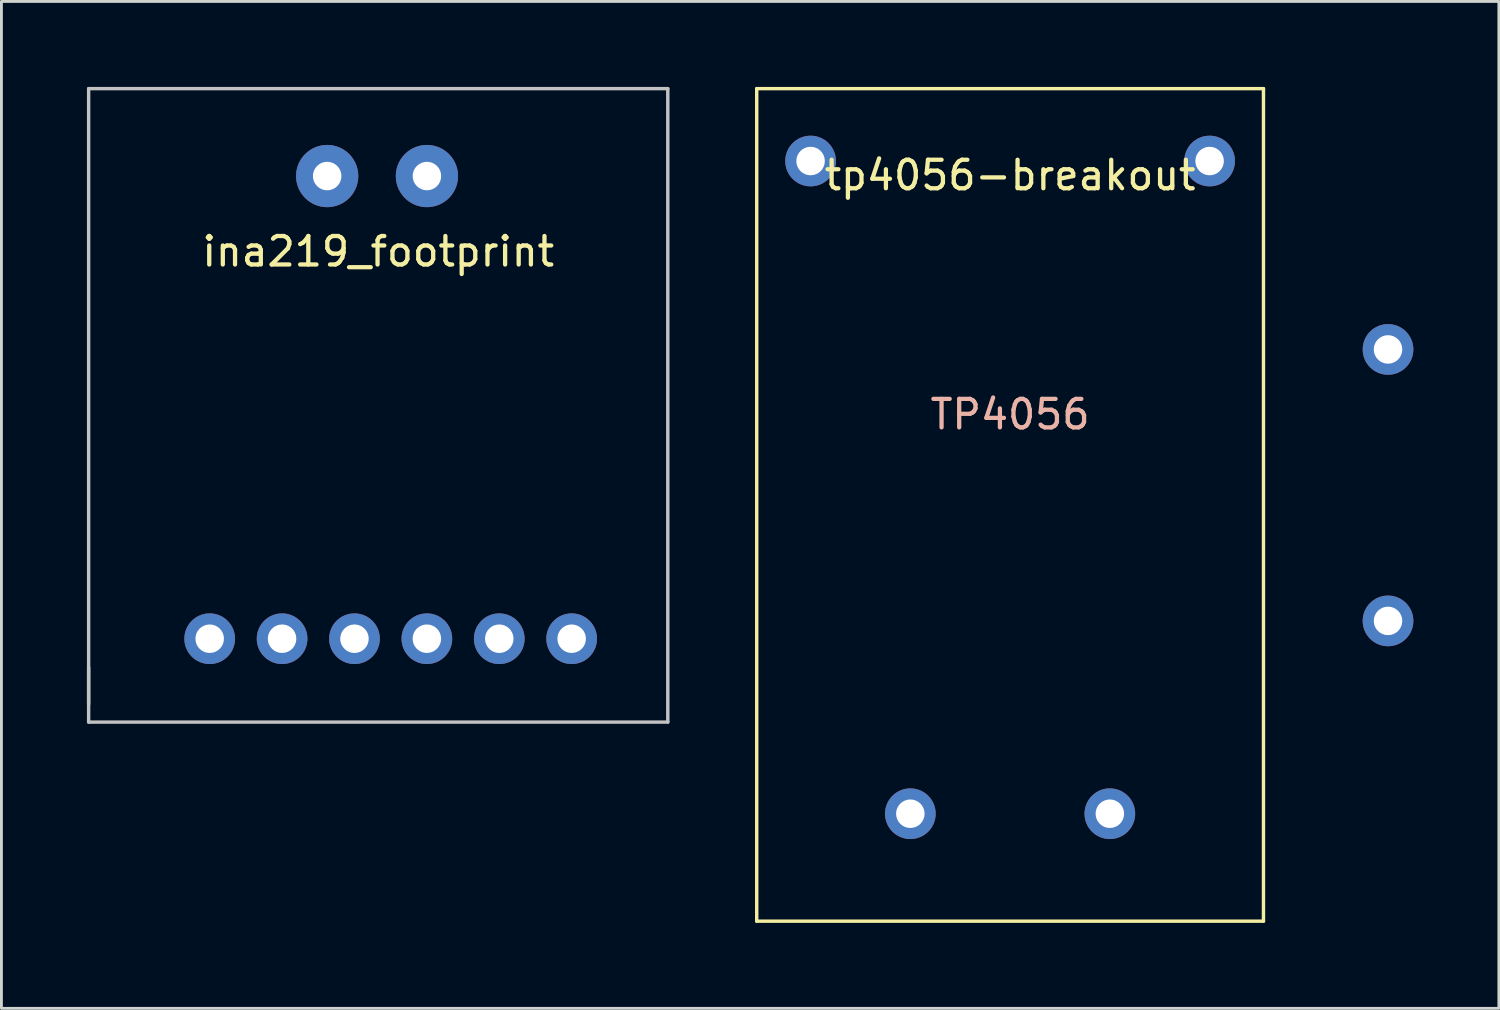
<source format=kicad_pcb>
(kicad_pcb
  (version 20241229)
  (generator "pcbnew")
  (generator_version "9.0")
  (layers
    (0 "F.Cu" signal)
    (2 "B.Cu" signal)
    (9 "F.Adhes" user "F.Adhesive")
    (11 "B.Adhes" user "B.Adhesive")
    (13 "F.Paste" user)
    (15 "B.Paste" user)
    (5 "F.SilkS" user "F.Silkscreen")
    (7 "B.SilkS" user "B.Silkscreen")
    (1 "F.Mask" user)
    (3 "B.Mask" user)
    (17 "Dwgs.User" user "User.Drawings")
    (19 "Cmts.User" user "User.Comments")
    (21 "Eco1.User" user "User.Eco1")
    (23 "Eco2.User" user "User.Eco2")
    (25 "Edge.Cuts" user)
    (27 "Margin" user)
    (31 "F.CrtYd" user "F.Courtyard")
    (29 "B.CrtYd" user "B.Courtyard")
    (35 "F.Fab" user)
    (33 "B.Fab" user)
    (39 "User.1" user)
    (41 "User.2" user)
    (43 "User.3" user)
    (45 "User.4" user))
  (footprint "tp4056-breakout"
    (layer "F.Cu")
    (at 32.39 2.6)
    (property "Reference" "tp4056-breakout" (at 0 0.5 0) (layer "F.SilkS") (effects (font (size 1 1) (thickness 0.15))))
    (attr through_hole)
    (fp_line (start -8.89 -2.54) (end -8.89 26.67) (stroke (width 0.12) (type solid)) (layer "F.SilkS"))
    (fp_line (start -8.89 26.67) (end 8.89 26.67) (stroke (width 0.12) (type solid)) (layer "F.SilkS"))
    (fp_line (start 8.89 -2.54) (end -8.89 -2.54) (stroke (width 0.12) (type solid)) (layer "F.SilkS"))
    (fp_line (start 8.89 26.67) (end 8.89 -2.54) (stroke (width 0.12) (type solid)) (layer "F.SilkS"))
    (fp_text user "TP4056" (at 0 8.89 0) (layer "B.SilkS") (effects (font (size 1 1) (thickness 0.15))))
    (pad "1" thru_hole circle (at -7 0 90) (size 1.778 1.778) (drill 1) (layers "*.Cu" "*.Mask"))
    (pad "2" thru_hole circle (at 7 0 90) (size 1.778 1.778) (drill 1) (layers "*.Cu" "*.Mask"))
    (pad "3" thru_hole circle (at -3.5 22.9 90) (size 1.778 1.778) (drill 1) (layers "*.Cu" "*.Mask"))
    (pad "4" thru_hole circle (at 3.5 22.9 90) (size 1.778 1.778) (drill 1) (layers "*.Cu" "*.Mask"))
    (pad "5" thru_hole circle (at 13.26 6.61 90) (size 1.778 1.778) (drill 1) (layers "*.Cu" "*.Mask"))
    (pad "6" thru_hole circle (at 13.26 16.135 90) (size 1.778 1.778) (drill 1) (layers "*.Cu" "*.Mask")))
  (footprint "ina219_footprint"
    (layer "F.Cu")
    (at 5.775 14.03)
    (property "Reference" "ina219_footprint" (at 4.445 -8.255 0) (layer "F.SilkS") (effects (font (size 1 1) (thickness 0.15))))
    (attr through_hole)
    (fp_line (start -5.715 -13.97) (end 14.605 -13.97) (stroke (width 0.12) (type solid)) (layer "Dwgs.User"))
    (fp_line (start -5.715 7.62) (end -5.715 -13.97) (stroke (width 0.12) (type solid)) (layer "Dwgs.User"))
    (fp_line (start -5.715 8.255) (end -5.715 6.35) (stroke (width 0.12) (type solid)) (layer "Dwgs.User"))
    (fp_line (start 14.605 -13.97) (end 14.605 8.255) (stroke (width 0.12) (type solid)) (layer "Dwgs.User"))
    (fp_line (start 14.605 8.255) (end -5.715 8.255) (stroke (width 0.12) (type solid)) (layer "Dwgs.User"))
    (pad "1" thru_hole circle (at 2.654 -10.903 180) (size 2.184 2.184) (drill 1) (layers "*.Cu" "*.Mask"))
    (pad "2" thru_hole circle (at 6.154 -10.903 180) (size 2.184 2.184) (drill 1) (layers "*.Cu" "*.Mask"))
    (pad "3" thru_hole circle (at -1.468 5.33 90) (size 1.778 1.778) (drill 1) (layers "*.Cu" "*.Mask"))
    (pad "4" thru_hole circle (at 1.072 5.33 90) (size 1.778 1.778) (drill 1) (layers "*.Cu" "*.Mask"))
    (pad "5" thru_hole circle (at 3.612 5.33 90) (size 1.778 1.778) (drill 1) (layers "*.Cu" "*.Mask"))
    (pad "6" thru_hole circle (at 6.152 5.33 90) (size 1.778 1.778) (drill 1) (layers "*.Cu" "*.Mask"))
    (pad "7" thru_hole circle (at 8.692 5.33 90) (size 1.778 1.778) (drill 1) (layers "*.Cu" "*.Mask"))
    (pad "8" thru_hole circle (at 11.232 5.33 90) (size 1.778 1.778) (drill 1) (layers "*.Cu" "*.Mask")))
  (gr_rect
    (start -3 -3)
    (end 49.539 32.33)
    (stroke (width 0.1) (type default))
    (fill no)
    (layer "Edge.Cuts")))
</source>
